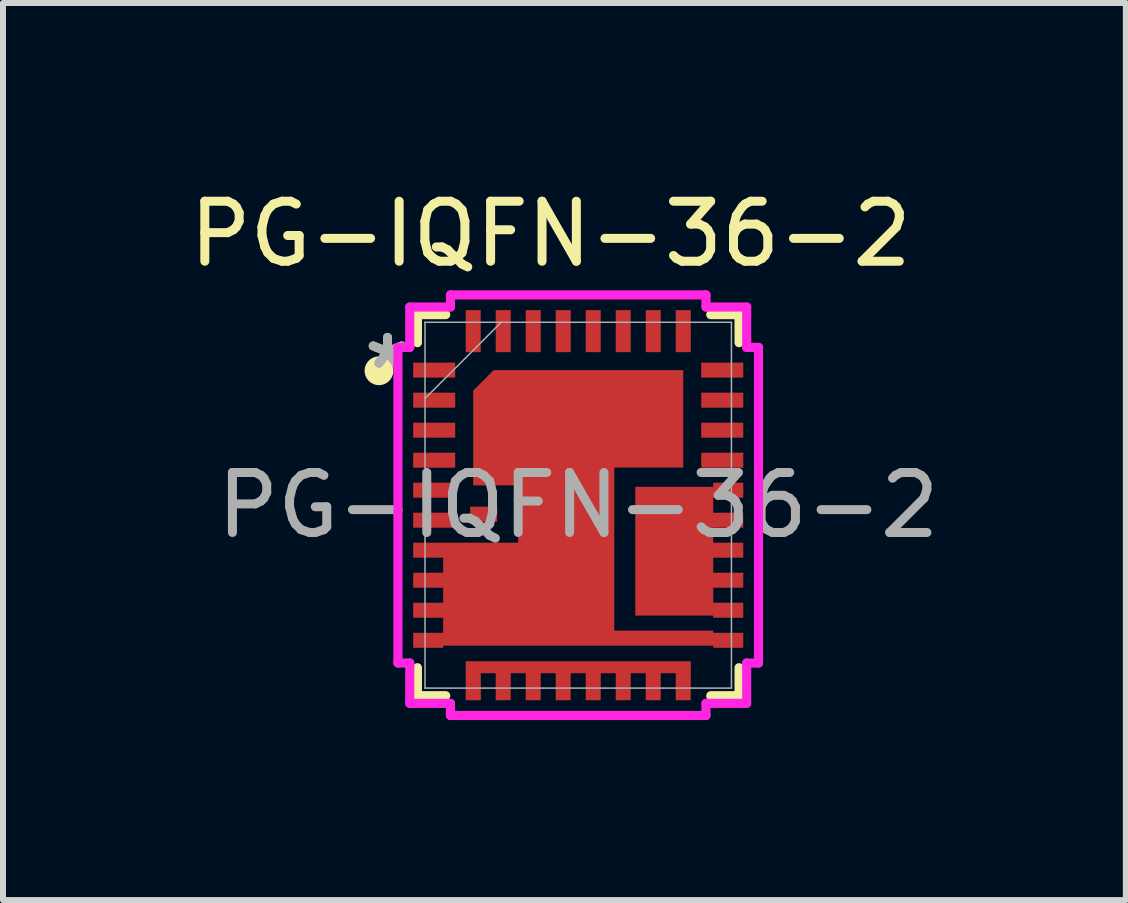
<source format=kicad_pcb>
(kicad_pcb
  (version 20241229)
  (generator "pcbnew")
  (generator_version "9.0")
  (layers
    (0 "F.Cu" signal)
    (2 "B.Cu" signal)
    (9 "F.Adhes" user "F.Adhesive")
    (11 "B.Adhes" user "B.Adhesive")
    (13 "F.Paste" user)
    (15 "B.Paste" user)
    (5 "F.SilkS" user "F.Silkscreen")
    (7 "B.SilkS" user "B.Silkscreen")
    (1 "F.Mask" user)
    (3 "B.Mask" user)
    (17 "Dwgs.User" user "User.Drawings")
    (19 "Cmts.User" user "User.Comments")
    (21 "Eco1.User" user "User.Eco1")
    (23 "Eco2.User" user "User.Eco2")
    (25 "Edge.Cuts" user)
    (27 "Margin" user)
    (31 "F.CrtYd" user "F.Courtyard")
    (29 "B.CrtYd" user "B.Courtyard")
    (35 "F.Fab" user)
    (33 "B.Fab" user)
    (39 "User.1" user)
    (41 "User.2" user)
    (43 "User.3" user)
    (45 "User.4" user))
  (footprint "PG-IQFN-36-2"
    (layer "F.Cu")
    (at 6.585 5.368)
    (property "Reference" "PG-IQFN-36-2" (at -0.46 -4.52 0) (unlocked yes) (layer "F.SilkS") (effects (font (size 1 1) (thickness 0.15))))
    (attr smd)
    (fp_poly (pts (xy 0.951 -0.306) (xy 0.951 1.84) (xy 2.25 1.84) (xy 2.25 1.875) (xy 2.75 1.875) (xy 2.75 1.625) (xy 2.25 1.625) (xy 2.25 1.375) (xy 2.75 1.375) (xy 2.75 1.125) (xy 2.25 1.125) (xy 2.25 0.875) (xy 2.75 0.875) (xy 2.75 0.625) (xy 2.25 0.625) (xy 2.25 0.375) (xy 2.75 0.375) (xy 2.75 0.125) (xy 2.25 0.125) (xy 2.25 -0.125) (xy 2.75 -0.125) (xy 2.75 -0.375) (xy 2.25 -0.375) (xy 2.25 -0.306)) (stroke (width 0) (type solid)) (fill yes) (layer "F.Cu"))
    (fp_poly (pts (xy -1.41 -2.25) (xy -1.75 -1.91) (xy -1.75 -0.33) (xy -1 -0.33) (xy -1 0.625) (xy -2.75 0.625) (xy -2.75 0.875) (xy -2.25 0.875) (xy -2.25 1.125) (xy -2.75 1.125) (xy -2.75 1.375) (xy -2.25 1.375) (xy -2.25 1.625) (xy -2.75 1.625) (xy -2.75 1.875) (xy -2.25 1.875) (xy -2.25 2.126) (xy -2.75 2.126) (xy -2.75 2.376) (xy -2.25 2.376) (xy -2.25 2.341) (xy 2.25 2.341) (xy 2.25 2.376) (xy 2.75 2.376) (xy 2.75 2.126) (xy 2.25 2.126) (xy 2.25 2.09) (xy 0.601 2.09) (xy 0.601 -0.626) (xy 1.75 -0.626) (xy 1.75 -2.25)) (stroke (width 0) (type solid)) (fill yes) (layer "F.Cu"))
    (fp_poly (pts (xy -1.875 3.25) (xy -1.625 3.25) (xy -1.625 2.8) (xy -1.375 2.8) (xy -1.375 3.25) (xy -1.125 3.25) (xy -1.125 2.8) (xy -0.875 2.8) (xy -0.875 3.25) (xy -0.625 3.25) (xy -0.625 2.8) (xy -0.375 2.8) (xy -0.375 3.25) (xy -0.125 3.25) (xy -0.125 2.8) (xy 0.125 2.8) (xy 0.125 3.25) (xy 0.375 3.25) (xy 0.375 2.8) (xy 0.625 2.8) (xy 0.625 3.25) (xy 0.875 3.25) (xy 0.875 2.8) (xy 1.125 2.8) (xy 1.125 3.25) (xy 1.375 3.25) (xy 1.375 2.8) (xy 1.625 2.8) (xy 1.625 3.25) (xy 1.875 3.25) (xy 1.875 2.6) (xy -1.875 2.6)) (stroke (width 0) (type solid)) (fill yes) (layer "F.Cu"))
    (fp_poly (pts (xy 0.951 -0.306) (xy 0.951 1.84) (xy 2.25 1.84) (xy 2.25 1.875) (xy 2.75 1.875) (xy 2.75 1.625) (xy 2.25 1.625) (xy 2.25 1.375) (xy 2.75 1.375) (xy 2.75 1.125) (xy 2.25 1.125) (xy 2.25 0.875) (xy 2.75 0.875) (xy 2.75 0.625) (xy 2.25 0.625) (xy 2.25 0.375) (xy 2.75 0.375) (xy 2.75 0.125) (xy 2.25 0.125) (xy 2.25 -0.125) (xy 2.75 -0.125) (xy 2.75 -0.375) (xy 2.25 -0.375) (xy 2.25 -0.306)) (stroke (width 0) (type solid)) (fill yes) (layer "F.Mask"))
    (fp_poly (pts (xy -1.41 -2.25) (xy -1.75 -1.91) (xy -1.75 -0.33) (xy -1 -0.33) (xy -1 0.625) (xy -2.75 0.625) (xy -2.75 0.875) (xy -2.25 0.875) (xy -2.25 1.125) (xy -2.75 1.125) (xy -2.75 1.375) (xy -2.25 1.375) (xy -2.25 1.625) (xy -2.75 1.625) (xy -2.75 1.875) (xy -2.25 1.875) (xy -2.25 2.126) (xy -2.75 2.126) (xy -2.75 2.376) (xy -2.25 2.376) (xy -2.25 2.341) (xy 2.25 2.341) (xy 2.25 2.376) (xy 2.75 2.376) (xy 2.75 2.126) (xy 2.25 2.126) (xy 2.25 2.09) (xy 0.601 2.09) (xy 0.601 -0.626) (xy 1.75 -0.626) (xy 1.75 -2.25)) (stroke (width 0) (type solid)) (fill yes) (layer "F.Mask"))
    (fp_poly (pts (xy -1.875 3.25) (xy -1.625 3.25) (xy -1.625 2.8) (xy -1.375 2.8) (xy -1.375 3.25) (xy -1.125 3.25) (xy -1.125 2.8) (xy -0.875 2.8) (xy -0.875 3.25) (xy -0.625 3.25) (xy -0.625 2.8) (xy -0.375 2.8) (xy -0.375 3.25) (xy -0.125 3.25) (xy -0.125 2.8) (xy 0.125 2.8) (xy 0.125 3.25) (xy 0.375 3.25) (xy 0.375 2.8) (xy 0.625 2.8) (xy 0.625 3.25) (xy 0.875 3.25) (xy 0.875 2.8) (xy 1.125 2.8) (xy 1.125 3.25) (xy 1.375 3.25) (xy 1.375 2.8) (xy 1.625 2.8) (xy 1.625 3.25) (xy 1.875 3.25) (xy 1.875 2.6) (xy -1.875 2.6)) (stroke (width 0) (type solid)) (fill yes) (layer "F.Mask"))
    (fp_line (start -2.68 -3.175) (end -2.68 -2.708) (stroke (width 0.152) (type solid)) (layer "F.SilkS"))
    (fp_line (start -2.68 2.708) (end -2.68 3.175) (stroke (width 0.152) (type solid)) (layer "F.SilkS"))
    (fp_line (start -2.68 3.175) (end -2.208 3.175) (stroke (width 0.152) (type solid)) (layer "F.SilkS"))
    (fp_line (start -2.208 -3.175) (end -2.68 -3.175) (stroke (width 0.152) (type solid)) (layer "F.SilkS"))
    (fp_line (start 2.208 3.175) (end 2.68 3.175) (stroke (width 0.152) (type solid)) (layer "F.SilkS"))
    (fp_line (start 2.68 -3.175) (end 2.208 -3.175) (stroke (width 0.152) (type solid)) (layer "F.SilkS"))
    (fp_line (start 2.68 -2.708) (end 2.68 -3.175) (stroke (width 0.152) (type solid)) (layer "F.SilkS"))
    (fp_line (start 2.68 3.175) (end 2.68 2.708) (stroke (width 0.152) (type solid)) (layer "F.SilkS"))
    (fp_circle (center -3.32 -2.24) (end -3.13 -2.24) (stroke (width 0.1) (type solid)) (fill yes) (layer "F.SilkS"))
    (fp_poly (pts (xy -0.9 0.675) (xy -2.05 0.675) (xy -2.05 1.335) (xy -0.9 1.335)) (stroke (width 0) (type solid)) (fill yes) (layer "F.Paste"))
    (fp_poly (pts (xy -0.9 1.63) (xy -2.05 1.63) (xy -2.05 2.29) (xy -0.9 2.29)) (stroke (width 0) (type solid)) (fill yes) (layer "F.Paste"))
    (fp_poly (pts (xy -0.78 -1.296) (xy -1.7 -1.296) (xy -1.7 -0.676) (xy -0.78 -0.676)) (stroke (width 0) (type solid)) (fill yes) (layer "F.Paste"))
    (fp_poly (pts (xy 0.46 -2.2) (xy -0.46 -2.2) (xy -0.46 -1.58) (xy 0.46 -1.58)) (stroke (width 0) (type solid)) (fill yes) (layer "F.Paste"))
    (fp_poly (pts (xy 0.46 -1.296) (xy -0.46 -1.296) (xy -0.46 -0.676) (xy 0.46 -0.676)) (stroke (width 0) (type solid)) (fill yes) (layer "F.Paste"))
    (fp_poly (pts (xy 0.55 -0.375) (xy -0.95 -0.375) (xy -0.95 0.375) (xy 0.55 0.375)) (stroke (width 0) (type solid)) (fill yes) (layer "F.Paste"))
    (fp_poly (pts (xy 0.551 0.675) (xy -0.599 0.675) (xy -0.599 1.335) (xy 0.551 1.335)) (stroke (width 0) (type solid)) (fill yes) (layer "F.Paste"))
    (fp_poly (pts (xy 0.551 1.63) (xy -0.599 1.63) (xy -0.599 2.29) (xy 0.551 2.29)) (stroke (width 0) (type solid)) (fill yes) (layer "F.Paste"))
    (fp_poly (pts (xy 1.7 -2.2) (xy 0.78 -2.2) (xy 0.78 -1.58) (xy 1.7 -1.58)) (stroke (width 0) (type solid)) (fill yes) (layer "F.Paste"))
    (fp_poly (pts (xy 1.7 -1.296) (xy 0.78 -1.296) (xy 0.78 -0.676) (xy 1.7 -0.676)) (stroke (width 0) (type solid)) (fill yes) (layer "F.Paste"))
    (fp_poly (pts (xy 2.001 -0.256) (xy 1.001 -0.256) (xy 1.001 0.614) (xy 2.001 0.614)) (stroke (width 0) (type solid)) (fill yes) (layer "F.Paste"))
    (fp_poly (pts (xy 2.001 0.919) (xy 1.001 0.919) (xy 1.001 1.789) (xy 2.001 1.789)) (stroke (width 0) (type solid)) (fill yes) (layer "F.Paste"))
    (fp_poly (pts (xy -1.7 -1.89) (xy -1.7 -1.58) (xy -0.78 -1.58) (xy -0.78 -2.2) (xy -1.39 -2.2)) (stroke (width 0) (type solid)) (fill yes) (layer "F.Paste"))
    (fp_poly (pts (xy -2.425 0.625) (xy -2.575 0.625) (xy -2.599 0.627) (xy -2.623 0.635) (xy -2.644 0.646) (xy -2.663 0.662) (xy -2.679 0.681) (xy -2.69 0.702) (xy -2.698 0.726) (xy -2.7 0.75) (xy -2.698 0.774) (xy -2.69 0.798) (xy -2.679 0.819) (xy -2.663 0.838) (xy -2.644 0.854) (xy -2.623 0.865) (xy -2.599 0.873) (xy -2.575 0.875) (xy -2.425 0.875) (xy -2.401 0.873) (xy -2.377 0.865) (xy -2.356 0.854) (xy -2.337 0.838) (xy -2.321 0.819) (xy -2.31 0.798) (xy -2.302 0.774) (xy -2.3 0.75) (xy -2.302 0.726) (xy -2.31 0.702) (xy -2.321 0.681) (xy -2.337 0.662) (xy -2.356 0.646) (xy -2.377 0.635) (xy -2.401 0.627)) (stroke (width 0) (type solid)) (fill yes) (layer "F.Paste"))
    (fp_poly (pts (xy -2.425 1.125) (xy -2.575 1.125) (xy -2.599 1.127) (xy -2.623 1.135) (xy -2.644 1.146) (xy -2.663 1.162) (xy -2.679 1.181) (xy -2.69 1.202) (xy -2.698 1.226) (xy -2.7 1.25) (xy -2.698 1.274) (xy -2.69 1.298) (xy -2.679 1.319) (xy -2.663 1.338) (xy -2.644 1.354) (xy -2.623 1.365) (xy -2.599 1.373) (xy -2.575 1.375) (xy -2.425 1.375) (xy -2.401 1.373) (xy -2.377 1.365) (xy -2.356 1.354) (xy -2.337 1.338) (xy -2.321 1.319) (xy -2.31 1.298) (xy -2.302 1.274) (xy -2.3 1.25) (xy -2.302 1.226) (xy -2.31 1.202) (xy -2.321 1.181) (xy -2.337 1.162) (xy -2.356 1.146) (xy -2.377 1.135) (xy -2.401 1.127)) (stroke (width 0) (type solid)) (fill yes) (layer "F.Paste"))
    (fp_poly (pts (xy -2.425 1.625) (xy -2.575 1.625) (xy -2.599 1.627) (xy -2.623 1.635) (xy -2.644 1.646) (xy -2.663 1.662) (xy -2.679 1.681) (xy -2.69 1.702) (xy -2.698 1.726) (xy -2.7 1.75) (xy -2.698 1.774) (xy -2.69 1.798) (xy -2.679 1.819) (xy -2.663 1.838) (xy -2.644 1.854) (xy -2.623 1.865) (xy -2.599 1.873) (xy -2.575 1.875) (xy -2.425 1.875) (xy -2.401 1.873) (xy -2.377 1.865) (xy -2.356 1.854) (xy -2.337 1.838) (xy -2.321 1.819) (xy -2.31 1.798) (xy -2.302 1.774) (xy -2.3 1.75) (xy -2.302 1.726) (xy -2.31 1.702) (xy -2.321 1.681) (xy -2.337 1.662) (xy -2.356 1.646) (xy -2.377 1.635) (xy -2.401 1.627)) (stroke (width 0) (type solid)) (fill yes) (layer "F.Paste"))
    (fp_poly (pts (xy -2.425 2.125) (xy -2.575 2.125) (xy -2.599 2.127) (xy -2.623 2.135) (xy -2.644 2.146) (xy -2.663 2.162) (xy -2.679 2.181) (xy -2.69 2.202) (xy -2.698 2.226) (xy -2.7 2.25) (xy -2.698 2.274) (xy -2.69 2.298) (xy -2.679 2.319) (xy -2.663 2.338) (xy -2.644 2.354) (xy -2.623 2.365) (xy -2.599 2.373) (xy -2.575 2.375) (xy -2.425 2.375) (xy -2.401 2.373) (xy -2.377 2.365) (xy -2.356 2.354) (xy -2.337 2.338) (xy -2.321 2.319) (xy -2.31 2.298) (xy -2.302 2.274) (xy -2.3 2.25) (xy -2.302 2.226) (xy -2.31 2.202) (xy -2.321 2.181) (xy -2.337 2.162) (xy -2.356 2.146) (xy -2.377 2.135) (xy -2.401 2.127)) (stroke (width 0) (type solid)) (fill yes) (layer "F.Paste"))
    (fp_poly (pts (xy -1.875 2.775) (xy -1.875 3.075) (xy -1.873 3.099) (xy -1.865 3.123) (xy -1.854 3.144) (xy -1.838 3.163) (xy -1.819 3.179) (xy -1.798 3.19) (xy -1.774 3.198) (xy -1.75 3.2) (xy -1.726 3.198) (xy -1.702 3.19) (xy -1.681 3.179) (xy -1.662 3.163) (xy -1.646 3.144) (xy -1.635 3.123) (xy -1.627 3.099) (xy -1.625 3.075) (xy -1.625 2.775) (xy -1.627 2.751) (xy -1.635 2.727) (xy -1.646 2.706) (xy -1.662 2.687) (xy -1.681 2.671) (xy -1.702 2.66) (xy -1.726 2.652) (xy -1.75 2.65) (xy -1.774 2.652) (xy -1.798 2.66) (xy -1.819 2.671) (xy -1.838 2.687) (xy -1.854 2.706) (xy -1.865 2.727) (xy -1.873 2.751)) (stroke (width 0) (type solid)) (fill yes) (layer "F.Paste"))
    (fp_poly (pts (xy -1.375 2.775) (xy -1.375 3.075) (xy -1.373 3.099) (xy -1.365 3.123) (xy -1.354 3.144) (xy -1.338 3.163) (xy -1.319 3.179) (xy -1.298 3.19) (xy -1.274 3.198) (xy -1.25 3.2) (xy -1.226 3.198) (xy -1.202 3.19) (xy -1.181 3.179) (xy -1.162 3.163) (xy -1.146 3.144) (xy -1.135 3.123) (xy -1.127 3.099) (xy -1.125 3.075) (xy -1.125 2.775) (xy -1.127 2.751) (xy -1.135 2.727) (xy -1.146 2.706) (xy -1.162 2.687) (xy -1.181 2.671) (xy -1.202 2.66) (xy -1.226 2.652) (xy -1.25 2.65) (xy -1.274 2.652) (xy -1.298 2.66) (xy -1.319 2.671) (xy -1.338 2.687) (xy -1.354 2.706) (xy -1.365 2.727) (xy -1.373 2.751)) (stroke (width 0) (type solid)) (fill yes) (layer "F.Paste"))
    (fp_poly (pts (xy -0.875 2.775) (xy -0.875 3.075) (xy -0.873 3.099) (xy -0.865 3.123) (xy -0.854 3.144) (xy -0.838 3.163) (xy -0.819 3.179) (xy -0.798 3.19) (xy -0.774 3.198) (xy -0.75 3.2) (xy -0.726 3.198) (xy -0.702 3.19) (xy -0.681 3.179) (xy -0.662 3.163) (xy -0.646 3.144) (xy -0.635 3.123) (xy -0.627 3.099) (xy -0.625 3.075) (xy -0.625 2.775) (xy -0.627 2.751) (xy -0.635 2.727) (xy -0.646 2.706) (xy -0.662 2.687) (xy -0.681 2.671) (xy -0.702 2.66) (xy -0.726 2.652) (xy -0.75 2.65) (xy -0.774 2.652) (xy -0.798 2.66) (xy -0.819 2.671) (xy -0.838 2.687) (xy -0.854 2.706) (xy -0.865 2.727) (xy -0.873 2.751)) (stroke (width 0) (type solid)) (fill yes) (layer "F.Paste"))
    (fp_poly (pts (xy -0.375 2.775) (xy -0.375 3.075) (xy -0.373 3.099) (xy -0.365 3.123) (xy -0.354 3.144) (xy -0.338 3.163) (xy -0.319 3.179) (xy -0.298 3.19) (xy -0.274 3.198) (xy -0.25 3.2) (xy -0.226 3.198) (xy -0.202 3.19) (xy -0.181 3.179) (xy -0.162 3.163) (xy -0.146 3.144) (xy -0.135 3.123) (xy -0.127 3.099) (xy -0.125 3.075) (xy -0.125 2.775) (xy -0.127 2.751) (xy -0.135 2.727) (xy -0.146 2.706) (xy -0.162 2.687) (xy -0.181 2.671) (xy -0.202 2.66) (xy -0.226 2.652) (xy -0.25 2.65) (xy -0.274 2.652) (xy -0.298 2.66) (xy -0.319 2.671) (xy -0.338 2.687) (xy -0.354 2.706) (xy -0.365 2.727) (xy -0.373 2.751)) (stroke (width 0) (type solid)) (fill yes) (layer "F.Paste"))
    (fp_poly (pts (xy 0.125 2.775) (xy 0.125 3.075) (xy 0.127 3.099) (xy 0.135 3.123) (xy 0.146 3.144) (xy 0.162 3.163) (xy 0.181 3.179) (xy 0.202 3.19) (xy 0.226 3.198) (xy 0.25 3.2) (xy 0.274 3.198) (xy 0.298 3.19) (xy 0.319 3.179) (xy 0.338 3.163) (xy 0.354 3.144) (xy 0.365 3.123) (xy 0.373 3.099) (xy 0.375 3.075) (xy 0.375 2.775) (xy 0.373 2.751) (xy 0.365 2.727) (xy 0.354 2.706) (xy 0.338 2.687) (xy 0.319 2.671) (xy 0.298 2.66) (xy 0.274 2.652) (xy 0.25 2.65) (xy 0.226 2.652) (xy 0.202 2.66) (xy 0.181 2.671) (xy 0.162 2.687) (xy 0.146 2.706) (xy 0.135 2.727) (xy 0.127 2.751)) (stroke (width 0) (type solid)) (fill yes) (layer "F.Paste"))
    (fp_poly (pts (xy 0.625 2.775) (xy 0.625 3.075) (xy 0.627 3.099) (xy 0.635 3.123) (xy 0.646 3.144) (xy 0.662 3.163) (xy 0.681 3.179) (xy 0.702 3.19) (xy 0.726 3.198) (xy 0.75 3.2) (xy 0.774 3.198) (xy 0.798 3.19) (xy 0.819 3.179) (xy 0.838 3.163) (xy 0.854 3.144) (xy 0.865 3.123) (xy 0.873 3.099) (xy 0.875 3.075) (xy 0.875 2.775) (xy 0.873 2.751) (xy 0.865 2.727) (xy 0.854 2.706) (xy 0.838 2.687) (xy 0.819 2.671) (xy 0.798 2.66) (xy 0.774 2.652) (xy 0.75 2.65) (xy 0.726 2.652) (xy 0.702 2.66) (xy 0.681 2.671) (xy 0.662 2.687) (xy 0.646 2.706) (xy 0.635 2.727) (xy 0.627 2.751)) (stroke (width 0) (type solid)) (fill yes) (layer "F.Paste"))
    (fp_poly (pts (xy 1.125 2.775) (xy 1.125 3.075) (xy 1.127 3.099) (xy 1.135 3.123) (xy 1.146 3.144) (xy 1.162 3.163) (xy 1.181 3.179) (xy 1.202 3.19) (xy 1.226 3.198) (xy 1.25 3.2) (xy 1.274 3.198) (xy 1.298 3.19) (xy 1.319 3.179) (xy 1.338 3.163) (xy 1.354 3.144) (xy 1.365 3.123) (xy 1.373 3.099) (xy 1.375 3.075) (xy 1.375 2.775) (xy 1.373 2.751) (xy 1.365 2.727) (xy 1.354 2.706) (xy 1.338 2.687) (xy 1.319 2.671) (xy 1.298 2.66) (xy 1.274 2.652) (xy 1.25 2.65) (xy 1.226 2.652) (xy 1.202 2.66) (xy 1.181 2.671) (xy 1.162 2.687) (xy 1.146 2.706) (xy 1.135 2.727) (xy 1.127 2.751)) (stroke (width 0) (type solid)) (fill yes) (layer "F.Paste"))
    (fp_poly (pts (xy 1.625 2.775) (xy 1.625 3.075) (xy 1.627 3.099) (xy 1.635 3.123) (xy 1.646 3.144) (xy 1.662 3.163) (xy 1.681 3.179) (xy 1.702 3.19) (xy 1.726 3.198) (xy 1.75 3.2) (xy 1.774 3.198) (xy 1.798 3.19) (xy 1.819 3.179) (xy 1.838 3.163) (xy 1.854 3.144) (xy 1.865 3.123) (xy 1.873 3.099) (xy 1.875 3.075) (xy 1.875 2.775) (xy 1.873 2.751) (xy 1.865 2.727) (xy 1.854 2.706) (xy 1.838 2.687) (xy 1.819 2.671) (xy 1.798 2.66) (xy 1.774 2.652) (xy 1.75 2.65) (xy 1.726 2.652) (xy 1.702 2.66) (xy 1.681 2.671) (xy 1.662 2.687) (xy 1.646 2.706) (xy 1.635 2.727) (xy 1.627 2.751)) (stroke (width 0) (type solid)) (fill yes) (layer "F.Paste"))
    (fp_poly (pts (xy 2.575 -0.375) (xy 2.425 -0.375) (xy 2.401 -0.373) (xy 2.377 -0.365) (xy 2.356 -0.354) (xy 2.337 -0.338) (xy 2.321 -0.319) (xy 2.31 -0.298) (xy 2.302 -0.274) (xy 2.3 -0.25) (xy 2.302 -0.226) (xy 2.31 -0.202) (xy 2.321 -0.181) (xy 2.337 -0.162) (xy 2.356 -0.146) (xy 2.377 -0.135) (xy 2.401 -0.127) (xy 2.425 -0.125) (xy 2.575 -0.125) (xy 2.599 -0.127) (xy 2.623 -0.135) (xy 2.644 -0.146) (xy 2.663 -0.162) (xy 2.679 -0.181) (xy 2.69 -0.202) (xy 2.698 -0.226) (xy 2.7 -0.25) (xy 2.698 -0.274) (xy 2.69 -0.298) (xy 2.679 -0.319) (xy 2.663 -0.338) (xy 2.644 -0.354) (xy 2.623 -0.365) (xy 2.599 -0.373)) (stroke (width 0) (type solid)) (fill yes) (layer "F.Paste"))
    (fp_poly (pts (xy 2.575 0.125) (xy 2.425 0.125) (xy 2.401 0.127) (xy 2.377 0.135) (xy 2.356 0.146) (xy 2.337 0.162) (xy 2.321 0.181) (xy 2.31 0.202) (xy 2.302 0.226) (xy 2.3 0.25) (xy 2.302 0.274) (xy 2.31 0.298) (xy 2.321 0.319) (xy 2.337 0.338) (xy 2.356 0.354) (xy 2.377 0.365) (xy 2.401 0.373) (xy 2.425 0.375) (xy 2.575 0.375) (xy 2.599 0.373) (xy 2.623 0.365) (xy 2.644 0.354) (xy 2.663 0.338) (xy 2.679 0.319) (xy 2.69 0.298) (xy 2.698 0.274) (xy 2.7 0.25) (xy 2.698 0.226) (xy 2.69 0.202) (xy 2.679 0.181) (xy 2.663 0.162) (xy 2.644 0.146) (xy 2.623 0.135) (xy 2.599 0.127)) (stroke (width 0) (type solid)) (fill yes) (layer "F.Paste"))
    (fp_poly (pts (xy 2.575 0.625) (xy 2.425 0.625) (xy 2.401 0.627) (xy 2.377 0.635) (xy 2.356 0.646) (xy 2.337 0.662) (xy 2.321 0.681) (xy 2.31 0.702) (xy 2.302 0.726) (xy 2.3 0.75) (xy 2.302 0.774) (xy 2.31 0.798) (xy 2.321 0.819) (xy 2.337 0.838) (xy 2.356 0.854) (xy 2.377 0.865) (xy 2.401 0.873) (xy 2.425 0.875) (xy 2.575 0.875) (xy 2.599 0.873) (xy 2.623 0.865) (xy 2.644 0.854) (xy 2.663 0.838) (xy 2.679 0.819) (xy 2.69 0.798) (xy 2.698 0.774) (xy 2.7 0.75) (xy 2.698 0.726) (xy 2.69 0.702) (xy 2.679 0.681) (xy 2.663 0.662) (xy 2.644 0.646) (xy 2.623 0.635) (xy 2.599 0.627)) (stroke (width 0) (type solid)) (fill yes) (layer "F.Paste"))
    (fp_poly (pts (xy 2.575 1.125) (xy 2.425 1.125) (xy 2.401 1.127) (xy 2.377 1.135) (xy 2.356 1.146) (xy 2.337 1.162) (xy 2.321 1.181) (xy 2.31 1.202) (xy 2.302 1.226) (xy 2.3 1.25) (xy 2.302 1.274) (xy 2.31 1.298) (xy 2.321 1.319) (xy 2.337 1.338) (xy 2.356 1.354) (xy 2.377 1.365) (xy 2.401 1.373) (xy 2.425 1.375) (xy 2.575 1.375) (xy 2.599 1.373) (xy 2.623 1.365) (xy 2.644 1.354) (xy 2.663 1.338) (xy 2.679 1.319) (xy 2.69 1.298) (xy 2.698 1.274) (xy 2.7 1.25) (xy 2.698 1.226) (xy 2.69 1.202) (xy 2.679 1.181) (xy 2.663 1.162) (xy 2.644 1.146) (xy 2.623 1.135) (xy 2.599 1.127)) (stroke (width 0) (type solid)) (fill yes) (layer "F.Paste"))
    (fp_poly (pts (xy 2.575 1.625) (xy 2.425 1.625) (xy 2.401 1.627) (xy 2.377 1.635) (xy 2.356 1.646) (xy 2.337 1.662) (xy 2.321 1.681) (xy 2.31 1.702) (xy 2.302 1.726) (xy 2.3 1.75) (xy 2.302 1.774) (xy 2.31 1.798) (xy 2.321 1.819) (xy 2.337 1.838) (xy 2.356 1.854) (xy 2.377 1.865) (xy 2.401 1.873) (xy 2.425 1.875) (xy 2.575 1.875) (xy 2.599 1.873) (xy 2.623 1.865) (xy 2.644 1.854) (xy 2.663 1.838) (xy 2.679 1.819) (xy 2.69 1.798) (xy 2.698 1.774) (xy 2.7 1.75) (xy 2.698 1.726) (xy 2.69 1.702) (xy 2.679 1.681) (xy 2.663 1.662) (xy 2.644 1.646) (xy 2.623 1.635) (xy 2.599 1.627)) (stroke (width 0) (type solid)) (fill yes) (layer "F.Paste"))
    (fp_poly (pts (xy 2.575 2.125) (xy 2.425 2.125) (xy 2.401 2.127) (xy 2.377 2.135) (xy 2.356 2.146) (xy 2.337 2.162) (xy 2.321 2.181) (xy 2.31 2.202) (xy 2.302 2.226) (xy 2.3 2.25) (xy 2.302 2.274) (xy 2.31 2.298) (xy 2.321 2.319) (xy 2.337 2.338) (xy 2.356 2.354) (xy 2.377 2.365) (xy 2.401 2.373) (xy 2.425 2.375) (xy 2.575 2.375) (xy 2.599 2.373) (xy 2.623 2.365) (xy 2.644 2.354) (xy 2.663 2.338) (xy 2.679 2.319) (xy 2.69 2.298) (xy 2.698 2.274) (xy 2.7 2.25) (xy 2.698 2.226) (xy 2.69 2.202) (xy 2.679 2.181) (xy 2.663 2.162) (xy 2.644 2.146) (xy 2.623 2.135) (xy 2.599 2.127)) (stroke (width 0) (type solid)) (fill yes) (layer "F.Paste"))
    (fp_line (start -3.004 -2.63) (end -2.807 -2.63) (stroke (width 0.152) (type solid)) (layer "F.CrtYd"))
    (fp_line (start -3.004 2.63) (end -3.004 -2.63) (stroke (width 0.152) (type solid)) (layer "F.CrtYd"))
    (fp_line (start -2.807 -3.302) (end -2.129 -3.302) (stroke (width 0.152) (type solid)) (layer "F.CrtYd"))
    (fp_line (start -2.807 -2.63) (end -2.807 -3.302) (stroke (width 0.152) (type solid)) (layer "F.CrtYd"))
    (fp_line (start -2.807 2.63) (end -3.004 2.63) (stroke (width 0.152) (type solid)) (layer "F.CrtYd"))
    (fp_line (start -2.807 3.302) (end -2.807 2.63) (stroke (width 0.152) (type solid)) (layer "F.CrtYd"))
    (fp_line (start -2.129 -3.504) (end 2.129 -3.504) (stroke (width 0.152) (type solid)) (layer "F.CrtYd"))
    (fp_line (start -2.129 -3.302) (end -2.129 -3.504) (stroke (width 0.152) (type solid)) (layer "F.CrtYd"))
    (fp_line (start -2.129 3.302) (end -2.807 3.302) (stroke (width 0.152) (type solid)) (layer "F.CrtYd"))
    (fp_line (start -2.129 3.504) (end -2.129 3.302) (stroke (width 0.152) (type solid)) (layer "F.CrtYd"))
    (fp_line (start 2.129 -3.504) (end 2.129 -3.302) (stroke (width 0.152) (type solid)) (layer "F.CrtYd"))
    (fp_line (start 2.129 -3.302) (end 2.807 -3.302) (stroke (width 0.152) (type solid)) (layer "F.CrtYd"))
    (fp_line (start 2.129 3.302) (end 2.129 3.504) (stroke (width 0.152) (type solid)) (layer "F.CrtYd"))
    (fp_line (start 2.129 3.504) (end -2.129 3.504) (stroke (width 0.152) (type solid)) (layer "F.CrtYd"))
    (fp_line (start 2.807 -3.302) (end 2.807 -2.63) (stroke (width 0.152) (type solid)) (layer "F.CrtYd"))
    (fp_line (start 2.807 -2.63) (end 3.004 -2.63) (stroke (width 0.152) (type solid)) (layer "F.CrtYd"))
    (fp_line (start 2.807 2.63) (end 2.807 3.302) (stroke (width 0.152) (type solid)) (layer "F.CrtYd"))
    (fp_line (start 2.807 3.302) (end 2.129 3.302) (stroke (width 0.152) (type solid)) (layer "F.CrtYd"))
    (fp_line (start 3.004 -2.63) (end 3.004 2.63) (stroke (width 0.152) (type solid)) (layer "F.CrtYd"))
    (fp_line (start 3.004 2.63) (end 2.807 2.63) (stroke (width 0.152) (type solid)) (layer "F.CrtYd"))
    (fp_line (start -2.553 -3.048) (end -2.553 3.048) (stroke (width 0.025) (type solid)) (layer "F.Fab"))
    (fp_line (start -2.553 -1.778) (end -1.283 -3.048) (stroke (width 0.025) (type solid)) (layer "F.Fab"))
    (fp_line (start -2.553 3.048) (end 2.553 3.048) (stroke (width 0.025) (type solid)) (layer "F.Fab"))
    (fp_line (start 2.553 -3.048) (end -2.553 -3.048) (stroke (width 0.025) (type solid)) (layer "F.Fab"))
    (fp_line (start 2.553 3.048) (end 2.553 -3.048) (stroke (width 0.025) (type solid)) (layer "F.Fab"))
    (fp_text user "*" (at -3.178 -2.251 0) (layer "F.Fab") (effects (font (size 1 1) (thickness 0.15))))
    (fp_text user "${REFERENCE}" (at 0 0 0) (unlocked yes) (layer "F.Fab") (effects (font (size 1 1) (thickness 0.15))))
    (fp_text user "*" (at -3.178 -2.251 0) (unlocked yes) (layer "F.Fab") (effects (font (size 1 1) (thickness 0.15))))
    (pad "1" smd rect (at -2.4 -2.251) (size 0.7 0.25) (layers "F.Cu" "F.Mask" "F.Paste"))
    (pad "2" smd rect (at -2.4 -1.75) (size 0.7 0.25) (layers "F.Cu" "F.Mask" "F.Paste"))
    (pad "3" smd rect (at -2.4 -1.25) (size 0.7 0.25) (layers "F.Cu" "F.Mask" "F.Paste"))
    (pad "4" smd rect (at -2.4 -0.75) (size 0.7 0.25) (layers "F.Cu" "F.Mask" "F.Paste"))
    (pad "5" smd rect (at -2.4 -0.25) (size 0.7 0.25) (layers "F.Cu" "F.Mask" "F.Paste"))
    (pad "6" smd rect (at -2.4 0.25) (size 0.7 0.25) (layers "F.Cu" "F.Mask" "F.Paste"))
    (pad "7" smd rect (at -2.4 0.75) (size 0.127 0.127) (layers "F.Cu" "F.Mask" "F.Paste"))
    (pad "7" smd rect (at -2.4 1.25) (size 0.127 0.127) (layers "F.Cu" "F.Mask" "F.Paste"))
    (pad "7" smd rect (at -2.4 1.75) (size 0.127 0.127) (layers "F.Cu" "F.Mask" "F.Paste"))
    (pad "7" smd rect (at -2.4 2.251) (size 0.127 0.127) (layers "F.Cu" "F.Mask" "F.Paste"))
    (pad "7" smd rect (at 2.4 2.251) (size 0.127 0.127) (layers "F.Cu" "F.Mask" "F.Paste"))
    (pad "11" smd rect (at -1.75 3.04 90) (size 0.413 0.24) (layers "F.Cu" "F.Mask" "F.Paste"))
    (pad "11" smd rect (at -1.25 2.9 90) (size 0.127 0.127) (layers "F.Cu" "F.Mask" "F.Paste"))
    (pad "11" smd rect (at -0.75 2.9 90) (size 0.127 0.127) (layers "F.Cu" "F.Mask" "F.Paste"))
    (pad "11" smd rect (at -0.25 2.9 90) (size 0.127 0.127) (layers "F.Cu" "F.Mask" "F.Paste"))
    (pad "11" smd rect (at 0.25 2.9 90) (size 0.127 0.127) (layers "F.Cu" "F.Mask" "F.Paste"))
    (pad "11" smd rect (at 0.75 2.9 90) (size 0.127 0.127) (layers "F.Cu" "F.Mask" "F.Paste"))
    (pad "11" smd rect (at 1.25 2.9 90) (size 0.127 0.127) (layers "F.Cu" "F.Mask" "F.Paste"))
    (pad "11" smd rect (at 1.75 2.9 90) (size 0.127 0.127) (layers "F.Cu" "F.Mask" "F.Paste"))
    (pad "20" smd rect (at 2.4 -0.25) (size 0.127 0.127) (layers "F.Cu" "F.Mask" "F.Paste"))
    (pad "20" smd rect (at 2.4 0.25) (size 0.127 0.127) (layers "F.Cu" "F.Mask" "F.Paste"))
    (pad "20" smd rect (at 2.4 0.75) (size 0.127 0.127) (layers "F.Cu" "F.Mask" "F.Paste"))
    (pad "20" smd rect (at 2.4 1.25) (size 0.127 0.127) (layers "F.Cu" "F.Mask" "F.Paste"))
    (pad "20" smd rect (at 2.4 1.75) (size 0.127 0.127) (layers "F.Cu" "F.Mask" "F.Paste"))
    (pad "25" smd rect (at 2.4 -0.75) (size 0.7 0.25) (layers "F.Cu" "F.Mask" "F.Paste"))
    (pad "26" smd rect (at 2.4 -1.25) (size 0.7 0.25) (layers "F.Cu" "F.Mask" "F.Paste"))
    (pad "27" smd rect (at 2.4 -1.75) (size 0.7 0.25) (layers "F.Cu" "F.Mask" "F.Paste"))
    (pad "28" smd rect (at 2.4 -2.251) (size 0.7 0.25) (layers "F.Cu" "F.Mask" "F.Paste"))
    (pad "29" smd rect (at 1.75 -2.9 90) (size 0.7 0.25) (layers "F.Cu" "F.Mask" "F.Paste"))
    (pad "30" smd rect (at 1.25 -2.9 90) (size 0.7 0.25) (layers "F.Cu" "F.Mask" "F.Paste"))
    (pad "31" smd rect (at 0.75 -2.9 90) (size 0.7 0.25) (layers "F.Cu" "F.Mask" "F.Paste"))
    (pad "32" smd rect (at 0.25 -2.9 90) (size 0.7 0.25) (layers "F.Cu" "F.Mask" "F.Paste"))
    (pad "33" smd rect (at -0.25 -2.9 90) (size 0.7 0.25) (layers "F.Cu" "F.Mask" "F.Paste"))
    (pad "34" smd rect (at -0.75 -2.9 90) (size 0.7 0.25) (layers "F.Cu" "F.Mask" "F.Paste"))
    (pad "35" smd rect (at -1.25 -2.9 90) (size 0.7 0.25) (layers "F.Cu" "F.Mask" "F.Paste"))
    (pad "36" smd rect (at -1.75 -2.9 90) (size 0.7 0.25) (layers "F.Cu" "F.Mask" "F.Paste"))
    (pad "37" smd rect (at -1.575 0.15) (size 0.45 0.25) (layers "F.Cu" "F.Mask" "F.Paste")))
  (gr_rect
    (start -3 -3)
    (end 15.71 11.948)
    (stroke (width 0.1) (type default))
    (fill no)
    (layer "Edge.Cuts")))
</source>
